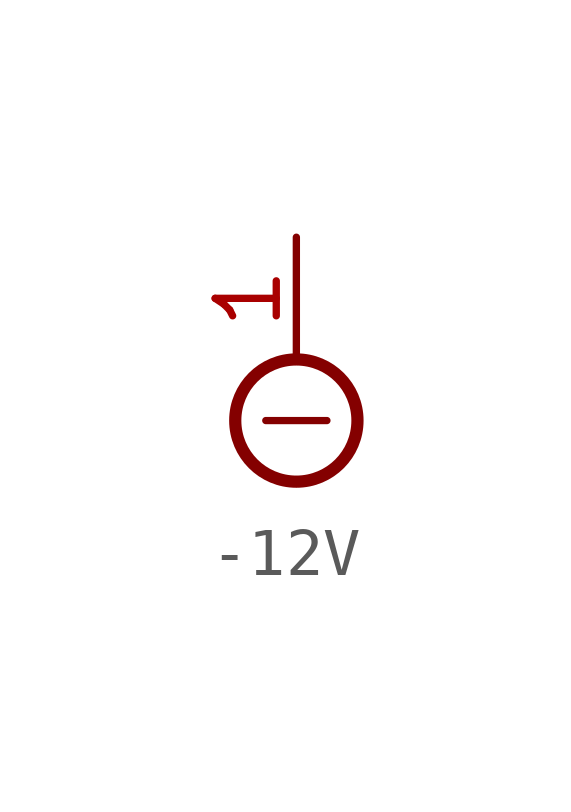
<source format=kicad_sym>
(kicad_symbol_lib
  (version 20211014)
  (generator kicad_symbol_editor)
  (symbol "-12V"
    (power)
    (property "Reference" "#SUPPLY"
      (at 0 0 0)
      (effects (font (size 1.27 1.27)) hide))
    (property "ki_locked" ""
      (at 0 0 0)
      (effects (font (size 1.27 1.27))))
    (symbol "-12V_1_0"
      (polyline (pts (xy -0.635 0) (xy 0.635 0)) (stroke (width 0.152) (type default) (color 0 0 0 0)) (fill (type none)))
      (circle (center 0 0) (radius 1.27) (stroke (width 0.254) (type default) (color 0 0 0 0)) (fill (type none)))
      (pin power_in line (at 0 3.81 270) (length 2.54) (name "-12V" (effects (font (size 0 0)))) (number "1" (effects (font (size 1.27 1.27))))))))
</source>
